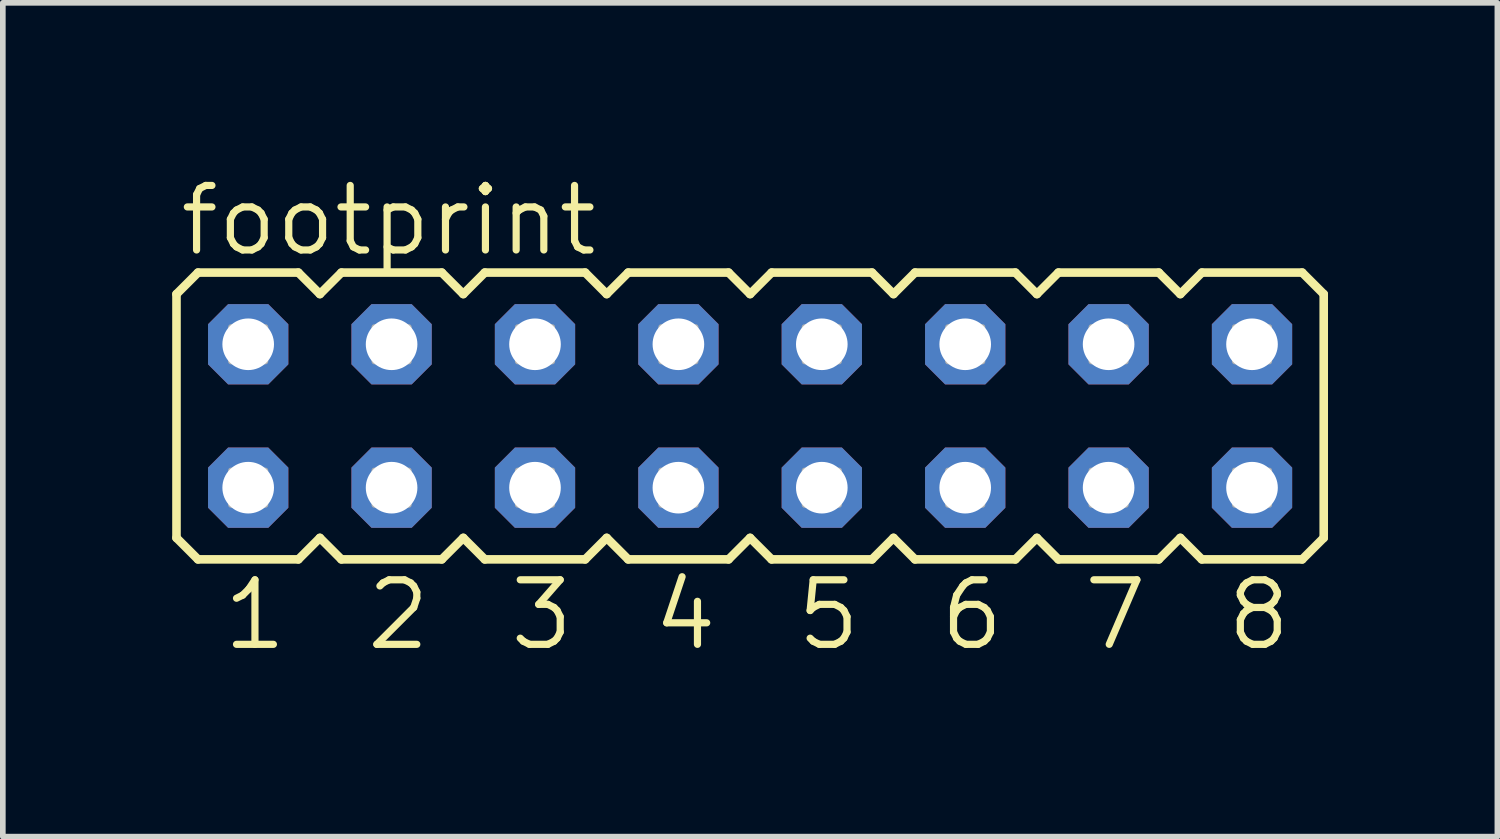
<source format=kicad_pcb>
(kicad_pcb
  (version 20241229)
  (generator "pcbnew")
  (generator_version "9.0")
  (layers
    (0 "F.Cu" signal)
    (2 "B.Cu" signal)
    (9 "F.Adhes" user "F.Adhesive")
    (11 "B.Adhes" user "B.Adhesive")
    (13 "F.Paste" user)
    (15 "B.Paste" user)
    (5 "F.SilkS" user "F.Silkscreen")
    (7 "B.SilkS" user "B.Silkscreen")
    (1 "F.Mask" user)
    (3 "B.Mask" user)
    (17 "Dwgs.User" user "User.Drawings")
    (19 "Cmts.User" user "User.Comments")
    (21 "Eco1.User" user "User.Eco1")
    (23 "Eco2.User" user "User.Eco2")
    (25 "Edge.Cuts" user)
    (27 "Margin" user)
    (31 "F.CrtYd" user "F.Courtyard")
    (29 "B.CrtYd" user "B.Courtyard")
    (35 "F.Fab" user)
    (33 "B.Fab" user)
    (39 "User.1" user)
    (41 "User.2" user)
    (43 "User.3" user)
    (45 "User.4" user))
  (footprint "footprint"
    (layer "F.Cu")
    (at 10.236 4.318)
    (property "Reference" "footprint" (at -10.16 -2.794 0) (layer "F.SilkS") (effects (font (size 1.143 1.143) (thickness 0.127)) (justify left bottom)))
    (fp_line (start -10.16 -2.159) (end -9.779 -2.54) (stroke (width 0.152) (type solid)) (layer "F.SilkS"))
    (fp_line (start -10.16 2.159) (end -10.16 -2.159) (stroke (width 0.152) (type solid)) (layer "F.SilkS"))
    (fp_line (start -10.16 2.159) (end -9.779 2.54) (stroke (width 0.152) (type solid)) (layer "F.SilkS"))
    (fp_line (start -9.779 -2.54) (end -8.001 -2.54) (stroke (width 0.152) (type solid)) (layer "F.SilkS"))
    (fp_line (start -9.779 2.54) (end -8.001 2.54) (stroke (width 0.152) (type solid)) (layer "F.SilkS"))
    (fp_line (start -8.001 -2.54) (end -7.62 -2.159) (stroke (width 0.152) (type solid)) (layer "F.SilkS"))
    (fp_line (start -7.62 -2.159) (end -7.239 -2.54) (stroke (width 0.152) (type solid)) (layer "F.SilkS"))
    (fp_line (start -7.62 2.159) (end -8.001 2.54) (stroke (width 0.152) (type solid)) (layer "F.SilkS"))
    (fp_line (start -7.62 2.159) (end -7.239 2.54) (stroke (width 0.152) (type solid)) (layer "F.SilkS"))
    (fp_line (start -7.239 -2.54) (end -5.461 -2.54) (stroke (width 0.152) (type solid)) (layer "F.SilkS"))
    (fp_line (start -5.461 2.54) (end -7.239 2.54) (stroke (width 0.152) (type solid)) (layer "F.SilkS"))
    (fp_line (start -5.08 -2.159) (end -5.461 -2.54) (stroke (width 0.152) (type solid)) (layer "F.SilkS"))
    (fp_line (start -5.08 -2.159) (end -4.699 -2.54) (stroke (width 0.152) (type solid)) (layer "F.SilkS"))
    (fp_line (start -5.08 2.159) (end -5.461 2.54) (stroke (width 0.152) (type solid)) (layer "F.SilkS"))
    (fp_line (start -5.08 2.159) (end -4.699 2.54) (stroke (width 0.152) (type solid)) (layer "F.SilkS"))
    (fp_line (start -4.699 -2.54) (end -2.921 -2.54) (stroke (width 0.152) (type solid)) (layer "F.SilkS"))
    (fp_line (start -2.921 2.54) (end -4.699 2.54) (stroke (width 0.152) (type solid)) (layer "F.SilkS"))
    (fp_line (start -2.921 2.54) (end -2.54 2.159) (stroke (width 0.152) (type solid)) (layer "F.SilkS"))
    (fp_line (start -2.54 -2.159) (end -2.921 -2.54) (stroke (width 0.152) (type solid)) (layer "F.SilkS"))
    (fp_line (start -2.54 -2.159) (end -2.159 -2.54) (stroke (width 0.152) (type solid)) (layer "F.SilkS"))
    (fp_line (start -2.54 2.159) (end -2.159 2.54) (stroke (width 0.152) (type solid)) (layer "F.SilkS"))
    (fp_line (start -2.159 -2.54) (end -0.381 -2.54) (stroke (width 0.152) (type solid)) (layer "F.SilkS"))
    (fp_line (start -0.381 2.54) (end -2.159 2.54) (stroke (width 0.152) (type solid)) (layer "F.SilkS"))
    (fp_line (start -0.381 2.54) (end 0 2.159) (stroke (width 0.152) (type solid)) (layer "F.SilkS"))
    (fp_line (start 0 -2.159) (end -0.381 -2.54) (stroke (width 0.152) (type solid)) (layer "F.SilkS"))
    (fp_line (start 0 -2.159) (end 0.381 -2.54) (stroke (width 0.152) (type solid)) (layer "F.SilkS"))
    (fp_line (start 0 2.159) (end 0.381 2.54) (stroke (width 0.152) (type solid)) (layer "F.SilkS"))
    (fp_line (start 0.381 -2.54) (end 2.159 -2.54) (stroke (width 0.152) (type solid)) (layer "F.SilkS"))
    (fp_line (start 2.159 2.54) (end 0.381 2.54) (stroke (width 0.152) (type solid)) (layer "F.SilkS"))
    (fp_line (start 2.159 2.54) (end 2.54 2.159) (stroke (width 0.152) (type solid)) (layer "F.SilkS"))
    (fp_line (start 2.54 -2.159) (end 2.159 -2.54) (stroke (width 0.152) (type solid)) (layer "F.SilkS"))
    (fp_line (start 2.54 -2.159) (end 2.921 -2.54) (stroke (width 0.152) (type solid)) (layer "F.SilkS"))
    (fp_line (start 2.54 2.159) (end 2.921 2.54) (stroke (width 0.152) (type solid)) (layer "F.SilkS"))
    (fp_line (start 2.921 -2.54) (end 4.699 -2.54) (stroke (width 0.152) (type solid)) (layer "F.SilkS"))
    (fp_line (start 4.699 2.54) (end 2.921 2.54) (stroke (width 0.152) (type solid)) (layer "F.SilkS"))
    (fp_line (start 4.699 2.54) (end 5.08 2.159) (stroke (width 0.152) (type solid)) (layer "F.SilkS"))
    (fp_line (start 5.08 -2.159) (end 4.699 -2.54) (stroke (width 0.152) (type solid)) (layer "F.SilkS"))
    (fp_line (start 5.08 -2.159) (end 5.461 -2.54) (stroke (width 0.152) (type solid)) (layer "F.SilkS"))
    (fp_line (start 5.08 2.159) (end 5.461 2.54) (stroke (width 0.152) (type solid)) (layer "F.SilkS"))
    (fp_line (start 5.461 -2.54) (end 7.239 -2.54) (stroke (width 0.152) (type solid)) (layer "F.SilkS"))
    (fp_line (start 7.239 2.54) (end 5.461 2.54) (stroke (width 0.152) (type solid)) (layer "F.SilkS"))
    (fp_line (start 7.239 2.54) (end 7.62 2.159) (stroke (width 0.152) (type solid)) (layer "F.SilkS"))
    (fp_line (start 7.62 -2.159) (end 7.239 -2.54) (stroke (width 0.152) (type solid)) (layer "F.SilkS"))
    (fp_line (start 7.62 -2.159) (end 8.001 -2.54) (stroke (width 0.152) (type solid)) (layer "F.SilkS"))
    (fp_line (start 7.62 2.159) (end 8.001 2.54) (stroke (width 0.152) (type solid)) (layer "F.SilkS"))
    (fp_line (start 8.001 -2.54) (end 9.779 -2.54) (stroke (width 0.152) (type solid)) (layer "F.SilkS"))
    (fp_line (start 9.779 2.54) (end 8.001 2.54) (stroke (width 0.152) (type solid)) (layer "F.SilkS"))
    (fp_line (start 9.779 2.54) (end 10.16 2.159) (stroke (width 0.152) (type solid)) (layer "F.SilkS"))
    (fp_line (start 10.16 -2.159) (end 9.779 -2.54) (stroke (width 0.152) (type solid)) (layer "F.SilkS"))
    (fp_line (start 10.16 -2.159) (end 10.16 2.159) (stroke (width 0.152) (type solid)) (layer "F.SilkS"))
    (fp_poly (pts (xy -9.195 -0.965) (xy -8.585 -0.965) (xy -8.585 -1.575) (xy -9.195 -1.575)) (stroke (width 0.1) (type solid)) (fill no) (layer "F.Fab"))
    (fp_poly (pts (xy -9.195 1.575) (xy -8.585 1.575) (xy -8.585 0.965) (xy -9.195 0.965)) (stroke (width 0.1) (type solid)) (fill no) (layer "F.Fab"))
    (fp_poly (pts (xy -6.655 -0.965) (xy -6.045 -0.965) (xy -6.045 -1.575) (xy -6.655 -1.575)) (stroke (width 0.1) (type solid)) (fill no) (layer "F.Fab"))
    (fp_poly (pts (xy -6.655 1.575) (xy -6.045 1.575) (xy -6.045 0.965) (xy -6.655 0.965)) (stroke (width 0.1) (type solid)) (fill no) (layer "F.Fab"))
    (fp_poly (pts (xy -4.115 -0.965) (xy -3.505 -0.965) (xy -3.505 -1.575) (xy -4.115 -1.575)) (stroke (width 0.1) (type solid)) (fill no) (layer "F.Fab"))
    (fp_poly (pts (xy -4.115 1.575) (xy -3.505 1.575) (xy -3.505 0.965) (xy -4.115 0.965)) (stroke (width 0.1) (type solid)) (fill no) (layer "F.Fab"))
    (fp_poly (pts (xy -1.575 -0.965) (xy -0.965 -0.965) (xy -0.965 -1.575) (xy -1.575 -1.575)) (stroke (width 0.1) (type solid)) (fill no) (layer "F.Fab"))
    (fp_poly (pts (xy -1.575 1.575) (xy -0.965 1.575) (xy -0.965 0.965) (xy -1.575 0.965)) (stroke (width 0.1) (type solid)) (fill no) (layer "F.Fab"))
    (fp_poly (pts (xy 0.965 -0.965) (xy 1.575 -0.965) (xy 1.575 -1.575) (xy 0.965 -1.575)) (stroke (width 0.1) (type solid)) (fill no) (layer "F.Fab"))
    (fp_poly (pts (xy 0.965 1.575) (xy 1.575 1.575) (xy 1.575 0.965) (xy 0.965 0.965)) (stroke (width 0.1) (type solid)) (fill no) (layer "F.Fab"))
    (fp_poly (pts (xy 3.505 -0.965) (xy 4.115 -0.965) (xy 4.115 -1.575) (xy 3.505 -1.575)) (stroke (width 0.1) (type solid)) (fill no) (layer "F.Fab"))
    (fp_poly (pts (xy 3.505 1.575) (xy 4.115 1.575) (xy 4.115 0.965) (xy 3.505 0.965)) (stroke (width 0.1) (type solid)) (fill no) (layer "F.Fab"))
    (fp_poly (pts (xy 6.045 -0.965) (xy 6.655 -0.965) (xy 6.655 -1.575) (xy 6.045 -1.575)) (stroke (width 0.1) (type solid)) (fill no) (layer "F.Fab"))
    (fp_poly (pts (xy 6.045 1.575) (xy 6.655 1.575) (xy 6.655 0.965) (xy 6.045 0.965)) (stroke (width 0.1) (type solid)) (fill no) (layer "F.Fab"))
    (fp_poly (pts (xy 8.585 -0.965) (xy 9.195 -0.965) (xy 9.195 -1.575) (xy 8.585 -1.575)) (stroke (width 0.1) (type solid)) (fill no) (layer "F.Fab"))
    (fp_poly (pts (xy 8.585 1.575) (xy 9.195 1.575) (xy 9.195 0.965) (xy 8.585 0.965)) (stroke (width 0.1) (type solid)) (fill no) (layer "F.Fab"))
    (fp_text user "4" (at -1.778 4.191 0) (layer "F.SilkS") (effects (font (size 1.143 1.143) (thickness 0.127)) (justify left bottom)))
    (fp_text user "6" (at 3.302 4.191 0) (layer "F.SilkS") (effects (font (size 1.143 1.143) (thickness 0.127)) (justify left bottom)))
    (fp_text user "2" (at -6.858 4.191 0) (layer "F.SilkS") (effects (font (size 1.143 1.143) (thickness 0.127)) (justify left bottom)))
    (fp_text user "5" (at 0.762 4.191 0) (layer "F.SilkS") (effects (font (size 1.143 1.143) (thickness 0.127)) (justify left bottom)))
    (fp_text user "8" (at 8.382 4.191 0) (layer "F.SilkS") (effects (font (size 1.143 1.143) (thickness 0.127)) (justify left bottom)))
    (fp_text user "7" (at 5.842 4.191 0) (layer "F.SilkS") (effects (font (size 1.143 1.143) (thickness 0.127)) (justify left bottom)))
    (fp_text user "1" (at -9.398 4.191 0) (layer "F.SilkS") (effects (font (size 1.143 1.143) (thickness 0.127)) (justify left bottom)))
    (fp_text user "3" (at -4.318 4.191 0) (layer "F.SilkS") (effects (font (size 1.143 1.143) (thickness 0.127)) (justify left bottom)))
    (pad "1" thru_hole roundrect (at -8.89 1.27) (size 1.422 1.422) (drill 0.914) (layers "*.Cu" "*.Mask") (roundrect_rratio 0.25) (chamfer_ratio 0.25) (chamfer top_left top_right bottom_left bottom_right))
    (pad "2" thru_hole roundrect (at -8.89 -1.27) (size 1.422 1.422) (drill 0.914) (layers "*.Cu" "*.Mask") (roundrect_rratio 0.25) (chamfer_ratio 0.25) (chamfer top_left top_right bottom_left bottom_right))
    (pad "3" thru_hole roundrect (at -6.35 1.27) (size 1.422 1.422) (drill 0.914) (layers "*.Cu" "*.Mask") (roundrect_rratio 0.25) (chamfer_ratio 0.25) (chamfer top_left top_right bottom_left bottom_right))
    (pad "4" thru_hole roundrect (at -6.35 -1.27) (size 1.422 1.422) (drill 0.914) (layers "*.Cu" "*.Mask") (roundrect_rratio 0.25) (chamfer_ratio 0.25) (chamfer top_left top_right bottom_left bottom_right))
    (pad "5" thru_hole roundrect (at -3.81 1.27) (size 1.422 1.422) (drill 0.914) (layers "*.Cu" "*.Mask") (roundrect_rratio 0.25) (chamfer_ratio 0.25) (chamfer top_left top_right bottom_left bottom_right))
    (pad "6" thru_hole roundrect (at -3.81 -1.27) (size 1.422 1.422) (drill 0.914) (layers "*.Cu" "*.Mask") (roundrect_rratio 0.25) (chamfer_ratio 0.25) (chamfer top_left top_right bottom_left bottom_right))
    (pad "7" thru_hole roundrect (at -1.27 1.27) (size 1.422 1.422) (drill 0.914) (layers "*.Cu" "*.Mask") (roundrect_rratio 0.25) (chamfer_ratio 0.25) (chamfer top_left top_right bottom_left bottom_right))
    (pad "8" thru_hole roundrect (at -1.27 -1.27) (size 1.422 1.422) (drill 0.914) (layers "*.Cu" "*.Mask") (roundrect_rratio 0.25) (chamfer_ratio 0.25) (chamfer top_left top_right bottom_left bottom_right))
    (pad "9" thru_hole roundrect (at 1.27 1.27) (size 1.422 1.422) (drill 0.914) (layers "*.Cu" "*.Mask") (roundrect_rratio 0.25) (chamfer_ratio 0.25) (chamfer top_left top_right bottom_left bottom_right))
    (pad "10" thru_hole roundrect (at 1.27 -1.27) (size 1.422 1.422) (drill 0.914) (layers "*.Cu" "*.Mask") (roundrect_rratio 0.25) (chamfer_ratio 0.25) (chamfer top_left top_right bottom_left bottom_right))
    (pad "11" thru_hole roundrect (at 3.81 1.27) (size 1.422 1.422) (drill 0.914) (layers "*.Cu" "*.Mask") (roundrect_rratio 0.25) (chamfer_ratio 0.25) (chamfer top_left top_right bottom_left bottom_right))
    (pad "12" thru_hole roundrect (at 3.81 -1.27) (size 1.422 1.422) (drill 0.914) (layers "*.Cu" "*.Mask") (roundrect_rratio 0.25) (chamfer_ratio 0.25) (chamfer top_left top_right bottom_left bottom_right))
    (pad "13" thru_hole roundrect (at 6.35 1.27) (size 1.422 1.422) (drill 0.914) (layers "*.Cu" "*.Mask") (roundrect_rratio 0.25) (chamfer_ratio 0.25) (chamfer top_left top_right bottom_left bottom_right))
    (pad "14" thru_hole roundrect (at 6.35 -1.27) (size 1.422 1.422) (drill 0.914) (layers "*.Cu" "*.Mask") (roundrect_rratio 0.25) (chamfer_ratio 0.25) (chamfer top_left top_right bottom_left bottom_right))
    (pad "15" thru_hole roundrect (at 8.89 1.27) (size 1.422 1.422) (drill 0.914) (layers "*.Cu" "*.Mask") (roundrect_rratio 0.25) (chamfer_ratio 0.25) (chamfer top_left top_right bottom_left bottom_right))
    (pad "16" thru_hole roundrect (at 8.89 -1.27) (size 1.422 1.422) (drill 0.914) (layers "*.Cu" "*.Mask") (roundrect_rratio 0.25) (chamfer_ratio 0.25) (chamfer top_left top_right bottom_left bottom_right)))
  (gr_rect
    (start -3 -3)
    (end 23.472 11.768)
    (stroke (width 0.1) (type default))
    (fill no)
    (layer "Edge.Cuts")))
</source>
